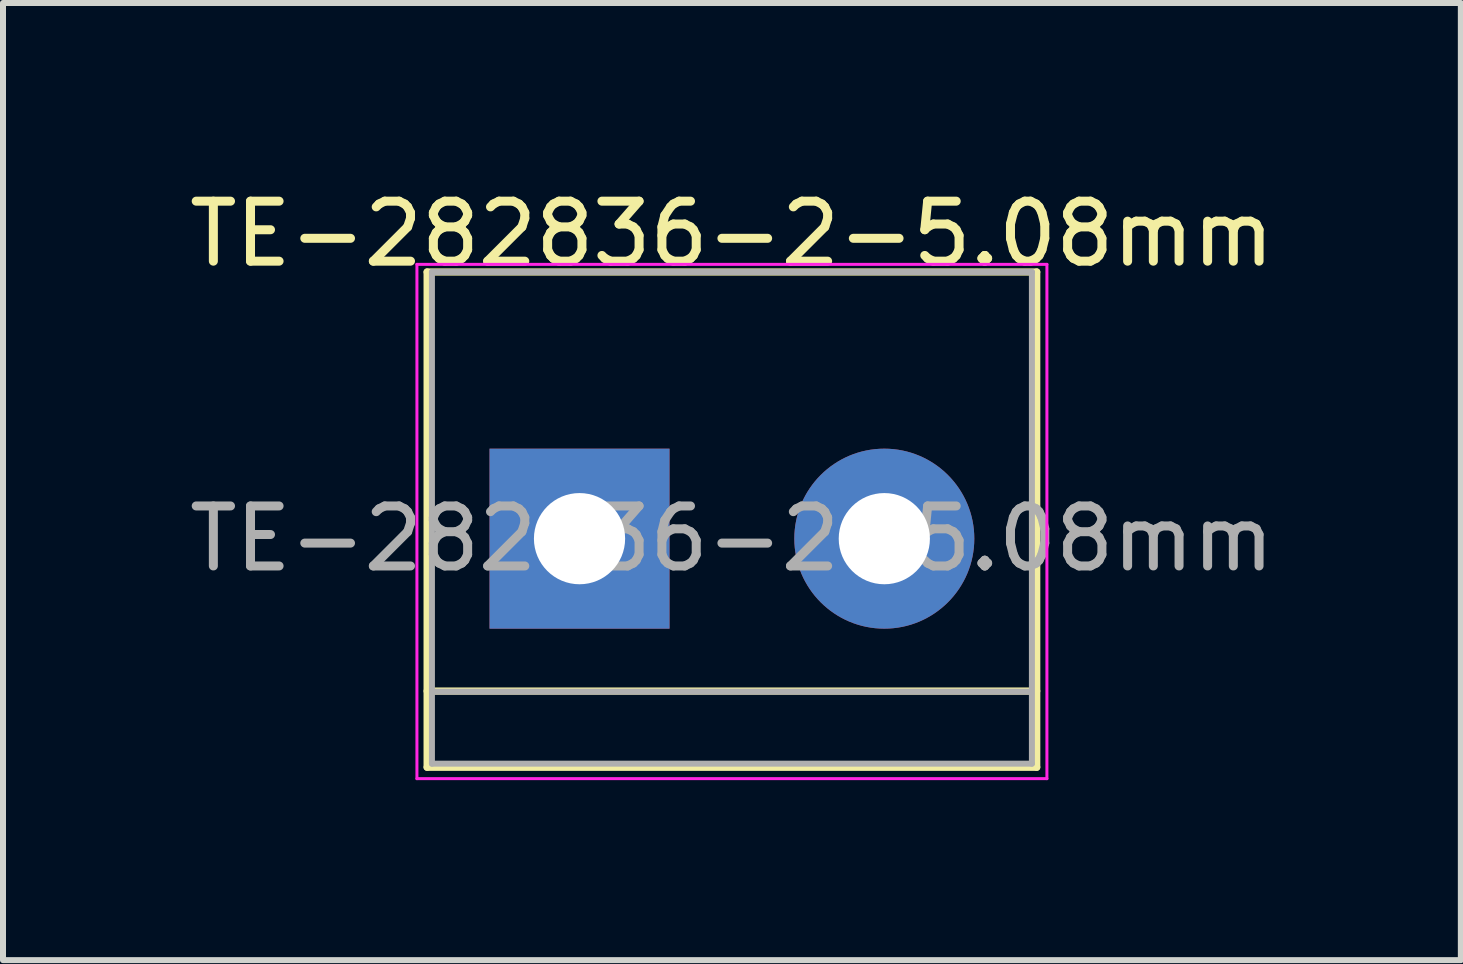
<source format=kicad_pcb>
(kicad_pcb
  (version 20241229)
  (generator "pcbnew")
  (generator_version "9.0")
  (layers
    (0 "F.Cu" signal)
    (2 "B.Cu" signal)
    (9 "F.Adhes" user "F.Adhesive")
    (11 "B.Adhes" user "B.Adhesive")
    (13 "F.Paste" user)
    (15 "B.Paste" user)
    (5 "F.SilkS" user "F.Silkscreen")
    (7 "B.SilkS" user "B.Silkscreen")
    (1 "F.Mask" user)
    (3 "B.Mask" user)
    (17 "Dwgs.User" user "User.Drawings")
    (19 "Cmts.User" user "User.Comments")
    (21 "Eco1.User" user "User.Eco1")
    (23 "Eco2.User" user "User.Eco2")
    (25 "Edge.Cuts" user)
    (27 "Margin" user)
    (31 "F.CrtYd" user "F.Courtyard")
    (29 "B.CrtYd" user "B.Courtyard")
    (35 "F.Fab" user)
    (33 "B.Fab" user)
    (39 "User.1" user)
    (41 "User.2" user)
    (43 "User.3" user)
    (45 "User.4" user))
  (footprint "TE-282836-2-5.08mm"
    (layer "F.Cu")
    (at 6.609 5.928)
    (property "Reference" "TE-282836-2-5.08mm" (at 2.54 -5.08 0) (layer "F.SilkS") (effects (font (size 1 1) (thickness 0.15))))
    (attr through_hole)
    (fp_line (start -2.54 -4.445) (end -2.54 3.81) (stroke (width 0.12) (type solid)) (layer "F.SilkS"))
    (fp_line (start -2.54 3.81) (end 7.62 3.81) (stroke (width 0.12) (type solid)) (layer "F.SilkS"))
    (fp_line (start 7.62 -4.445) (end -2.54 -4.445) (stroke (width 0.12) (type solid)) (layer "F.SilkS"))
    (fp_line (start 7.62 2.54) (end -2.54 2.54) (stroke (width 0.12) (type solid)) (layer "F.SilkS"))
    (fp_line (start 7.62 3.81) (end 7.62 -4.445) (stroke (width 0.12) (type solid)) (layer "F.SilkS"))
    (fp_line (start -2.71 -4.572) (end -2.71 4) (stroke (width 0.05) (type solid)) (layer "F.CrtYd"))
    (fp_line (start -2.71 -4.572) (end 7.79 -4.572) (stroke (width 0.05) (type solid)) (layer "F.CrtYd"))
    (fp_line (start 7.79 4) (end -2.71 4) (stroke (width 0.05) (type solid)) (layer "F.CrtYd"))
    (fp_line (start 7.79 4) (end 7.79 -4.572) (stroke (width 0.05) (type solid)) (layer "F.CrtYd"))
    (fp_line (start -2.46 -4.445) (end -2.46 3.75) (stroke (width 0.1) (type solid)) (layer "F.Fab"))
    (fp_line (start -2.46 3.75) (end 7.54 3.75) (stroke (width 0.1) (type solid)) (layer "F.Fab"))
    (fp_line (start -2.41 2.55) (end 7.49 2.55) (stroke (width 0.1) (type solid)) (layer "F.Fab"))
    (fp_line (start 7.54 -4.445) (end -2.46 -4.445) (stroke (width 0.1) (type solid)) (layer "F.Fab"))
    (fp_line (start 7.54 3.75) (end 7.54 -4.445) (stroke (width 0.1) (type solid)) (layer "F.Fab"))
    (fp_text user "${REFERENCE}" (at 2.54 0 0) (layer "F.Fab") (effects (font (size 1 1) (thickness 0.15))))
    (pad "1" thru_hole rect (at 0 0) (size 3 3) (drill 1.52) (layers "*.Cu" "*.Mask"))
    (pad "2" thru_hole circle (at 5.08 0) (size 3 3) (drill 1.52) (layers "*.Cu" "*.Mask")))
  (gr_rect
    (start -3 -3)
    (end 21.298 12.953)
    (stroke (width 0.1) (type default))
    (fill no)
    (layer "Edge.Cuts")))
</source>
